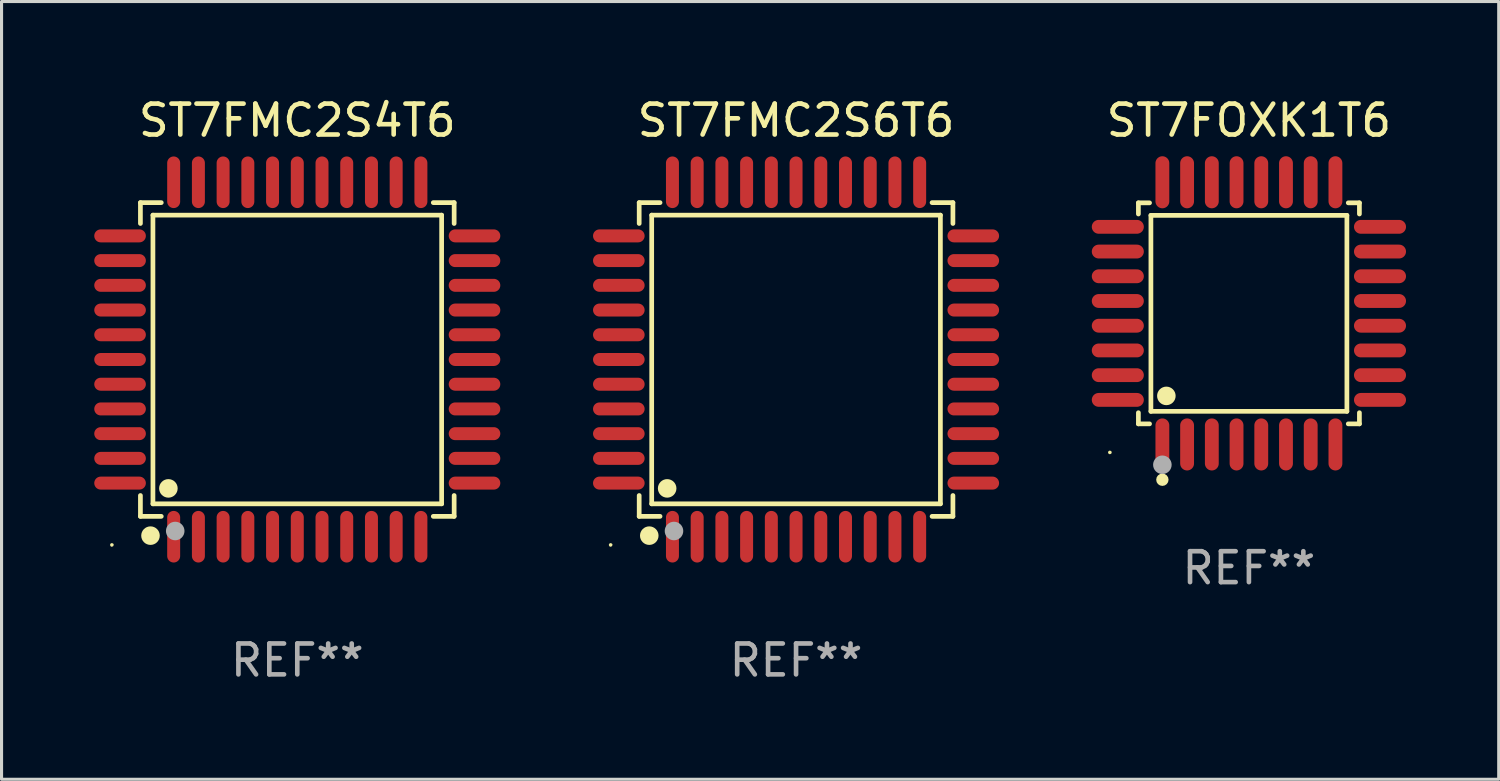
<source format=kicad_pcb>
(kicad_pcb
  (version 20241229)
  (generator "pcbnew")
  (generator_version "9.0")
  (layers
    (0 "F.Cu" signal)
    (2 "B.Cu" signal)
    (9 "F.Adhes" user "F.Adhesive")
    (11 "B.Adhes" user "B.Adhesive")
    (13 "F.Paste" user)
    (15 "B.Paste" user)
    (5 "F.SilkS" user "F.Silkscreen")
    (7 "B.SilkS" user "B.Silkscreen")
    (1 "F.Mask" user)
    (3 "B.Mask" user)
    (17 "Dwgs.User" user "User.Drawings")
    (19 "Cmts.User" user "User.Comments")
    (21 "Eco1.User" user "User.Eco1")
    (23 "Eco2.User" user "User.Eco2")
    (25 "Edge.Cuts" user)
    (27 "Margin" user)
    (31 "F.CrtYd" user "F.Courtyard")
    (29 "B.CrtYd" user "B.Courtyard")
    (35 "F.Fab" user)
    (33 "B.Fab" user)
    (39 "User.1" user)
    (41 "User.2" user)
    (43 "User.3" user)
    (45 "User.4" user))
  (footprint "ST7FMC2S4T6"
    (layer "F.Cu")
    (at 6.57 8.583)
    (property "Reference" "ST7FMC2S4T6" (at 0 -7.735 0) (layer "F.SilkS") (effects (font (size 1 1) (thickness 0.15))))
    (attr through_hole)
    (fp_line (start -5.076 -5.076) (end -4.401 -5.076) (stroke (width 0.152) (type solid)) (layer "F.SilkS"))
    (fp_line (start -5.076 -4.401) (end -5.076 -5.076) (stroke (width 0.152) (type solid)) (layer "F.SilkS"))
    (fp_line (start -5.076 4.401) (end -5.076 5.076) (stroke (width 0.152) (type solid)) (layer "F.SilkS"))
    (fp_line (start -5.076 5.076) (end -4.401 5.076) (stroke (width 0.152) (type solid)) (layer "F.SilkS"))
    (fp_line (start -4.671 -4.671) (end 4.671 -4.671) (stroke (width 0.152) (type solid)) (layer "F.SilkS"))
    (fp_line (start -4.671 4.671) (end -4.671 -4.671) (stroke (width 0.152) (type solid)) (layer "F.SilkS"))
    (fp_line (start 4.671 -4.671) (end 4.671 4.671) (stroke (width 0.152) (type solid)) (layer "F.SilkS"))
    (fp_line (start 4.671 4.671) (end -4.671 4.671) (stroke (width 0.152) (type solid)) (layer "F.SilkS"))
    (fp_line (start 5.076 -5.076) (end 4.401 -5.076) (stroke (width 0.152) (type solid)) (layer "F.SilkS"))
    (fp_line (start 5.076 -4.401) (end 5.076 -5.076) (stroke (width 0.152) (type solid)) (layer "F.SilkS"))
    (fp_line (start 5.076 4.401) (end 5.076 5.076) (stroke (width 0.152) (type solid)) (layer "F.SilkS"))
    (fp_line (start 5.076 5.076) (end 4.401 5.076) (stroke (width 0.152) (type solid)) (layer "F.SilkS"))
    (fp_circle (center -6 6) (end -5.97 6) (stroke (width 0.06) (type solid)) (fill no) (layer "F.SilkS"))
    (fp_circle (center -4.75 5.7) (end -4.6 5.7) (stroke (width 0.3) (type solid)) (fill no) (layer "F.SilkS"))
    (fp_circle (center -4.171 4.171) (end -4.021 4.171) (stroke (width 0.3) (type solid)) (fill no) (layer "F.SilkS"))
    (fp_circle (center -3.95 5.55) (end -3.8 5.55) (stroke (width 0.3) (type solid)) (fill no) (layer "F.Fab"))
    (fp_text user "REF**" (at 0 9.735 0) (layer "F.Fab") (effects (font (size 1 1) (thickness 0.15))))
    (pad "1" smd oval (at -4 5.735) (size 0.42 1.67) (layers "F.Cu" "F.Mask" "F.Paste"))
    (pad "2" smd oval (at -3.2 5.735) (size 0.42 1.67) (layers "F.Cu" "F.Mask" "F.Paste"))
    (pad "3" smd oval (at -2.4 5.735) (size 0.42 1.67) (layers "F.Cu" "F.Mask" "F.Paste"))
    (pad "4" smd oval (at -1.6 5.735) (size 0.42 1.67) (layers "F.Cu" "F.Mask" "F.Paste"))
    (pad "5" smd oval (at -0.8 5.735) (size 0.42 1.67) (layers "F.Cu" "F.Mask" "F.Paste"))
    (pad "6" smd oval (at 0 5.735) (size 0.42 1.67) (layers "F.Cu" "F.Mask" "F.Paste"))
    (pad "7" smd oval (at 0.8 5.735) (size 0.42 1.67) (layers "F.Cu" "F.Mask" "F.Paste"))
    (pad "8" smd oval (at 1.6 5.735) (size 0.42 1.67) (layers "F.Cu" "F.Mask" "F.Paste"))
    (pad "9" smd oval (at 2.4 5.735) (size 0.42 1.67) (layers "F.Cu" "F.Mask" "F.Paste"))
    (pad "10" smd oval (at 3.2 5.735) (size 0.42 1.67) (layers "F.Cu" "F.Mask" "F.Paste"))
    (pad "11" smd oval (at 4 5.735) (size 0.42 1.67) (layers "F.Cu" "F.Mask" "F.Paste"))
    (pad "12" smd oval (at 5.735 4) (size 1.67 0.42) (layers "F.Cu" "F.Mask" "F.Paste"))
    (pad "13" smd oval (at 5.735 3.2) (size 1.67 0.42) (layers "F.Cu" "F.Mask" "F.Paste"))
    (pad "14" smd oval (at 5.735 2.4) (size 1.67 0.42) (layers "F.Cu" "F.Mask" "F.Paste"))
    (pad "15" smd oval (at 5.735 1.6) (size 1.67 0.42) (layers "F.Cu" "F.Mask" "F.Paste"))
    (pad "16" smd oval (at 5.735 0.8) (size 1.67 0.42) (layers "F.Cu" "F.Mask" "F.Paste"))
    (pad "17" smd oval (at 5.735 0) (size 1.67 0.42) (layers "F.Cu" "F.Mask" "F.Paste"))
    (pad "18" smd oval (at 5.735 -0.8) (size 1.67 0.42) (layers "F.Cu" "F.Mask" "F.Paste"))
    (pad "19" smd oval (at 5.735 -1.6) (size 1.67 0.42) (layers "F.Cu" "F.Mask" "F.Paste"))
    (pad "20" smd oval (at 5.735 -2.4) (size 1.67 0.42) (layers "F.Cu" "F.Mask" "F.Paste"))
    (pad "21" smd oval (at 5.735 -3.2) (size 1.67 0.42) (layers "F.Cu" "F.Mask" "F.Paste"))
    (pad "22" smd oval (at 5.735 -4) (size 1.67 0.42) (layers "F.Cu" "F.Mask" "F.Paste"))
    (pad "23" smd oval (at 4 -5.735) (size 0.42 1.67) (layers "F.Cu" "F.Mask" "F.Paste"))
    (pad "24" smd oval (at 3.2 -5.735) (size 0.42 1.67) (layers "F.Cu" "F.Mask" "F.Paste"))
    (pad "25" smd oval (at 2.4 -5.735) (size 0.42 1.67) (layers "F.Cu" "F.Mask" "F.Paste"))
    (pad "26" smd oval (at 1.6 -5.735) (size 0.42 1.67) (layers "F.Cu" "F.Mask" "F.Paste"))
    (pad "27" smd oval (at 0.8 -5.735) (size 0.42 1.67) (layers "F.Cu" "F.Mask" "F.Paste"))
    (pad "28" smd oval (at 0 -5.735) (size 0.42 1.67) (layers "F.Cu" "F.Mask" "F.Paste"))
    (pad "29" smd oval (at -0.8 -5.735) (size 0.42 1.67) (layers "F.Cu" "F.Mask" "F.Paste"))
    (pad "30" smd oval (at -1.6 -5.735) (size 0.42 1.67) (layers "F.Cu" "F.Mask" "F.Paste"))
    (pad "31" smd oval (at -2.4 -5.735) (size 0.42 1.67) (layers "F.Cu" "F.Mask" "F.Paste"))
    (pad "32" smd oval (at -3.2 -5.735) (size 0.42 1.67) (layers "F.Cu" "F.Mask" "F.Paste"))
    (pad "33" smd oval (at -4 -5.735) (size 0.42 1.67) (layers "F.Cu" "F.Mask" "F.Paste"))
    (pad "34" smd oval (at -5.735 -4) (size 1.67 0.42) (layers "F.Cu" "F.Mask" "F.Paste"))
    (pad "35" smd oval (at -5.735 -3.2) (size 1.67 0.42) (layers "F.Cu" "F.Mask" "F.Paste"))
    (pad "36" smd oval (at -5.735 -2.4) (size 1.67 0.42) (layers "F.Cu" "F.Mask" "F.Paste"))
    (pad "37" smd oval (at -5.735 -1.6) (size 1.67 0.42) (layers "F.Cu" "F.Mask" "F.Paste"))
    (pad "38" smd oval (at -5.735 -0.8) (size 1.67 0.42) (layers "F.Cu" "F.Mask" "F.Paste"))
    (pad "39" smd oval (at -5.735 0) (size 1.67 0.42) (layers "F.Cu" "F.Mask" "F.Paste"))
    (pad "40" smd oval (at -5.735 0.8) (size 1.67 0.42) (layers "F.Cu" "F.Mask" "F.Paste"))
    (pad "41" smd oval (at -5.735 1.6) (size 1.67 0.42) (layers "F.Cu" "F.Mask" "F.Paste"))
    (pad "42" smd oval (at -5.735 2.4) (size 1.67 0.42) (layers "F.Cu" "F.Mask" "F.Paste"))
    (pad "43" smd oval (at -5.735 3.2) (size 1.67 0.42) (layers "F.Cu" "F.Mask" "F.Paste"))
    (pad "44" smd oval (at -5.735 4) (size 1.67 0.42) (layers "F.Cu" "F.Mask" "F.Paste")))
  (footprint "ST7FOXK1T6"
    (layer "F.Cu")
    (at 37.364 7.09)
    (property "Reference" "ST7FOXK1T6" (at 0 -6.242 0) (layer "F.SilkS") (effects (font (size 1 1) (thickness 0.15))))
    (attr through_hole)
    (fp_line (start -3.576 -3.576) (end -3.215 -3.576) (stroke (width 0.152) (type solid)) (layer "F.SilkS"))
    (fp_line (start -3.576 -3.215) (end -3.576 -3.576) (stroke (width 0.152) (type solid)) (layer "F.SilkS"))
    (fp_line (start -3.576 3.215) (end -3.576 3.576) (stroke (width 0.152) (type solid)) (layer "F.SilkS"))
    (fp_line (start -3.576 3.576) (end -3.215 3.576) (stroke (width 0.152) (type solid)) (layer "F.SilkS"))
    (fp_line (start -3.171 -3.171) (end 3.171 -3.171) (stroke (width 0.152) (type solid)) (layer "F.SilkS"))
    (fp_line (start -3.171 3.171) (end -3.171 -3.171) (stroke (width 0.152) (type solid)) (layer "F.SilkS"))
    (fp_line (start 3.171 -3.171) (end 3.171 3.171) (stroke (width 0.152) (type solid)) (layer "F.SilkS"))
    (fp_line (start 3.171 3.171) (end -3.171 3.171) (stroke (width 0.152) (type solid)) (layer "F.SilkS"))
    (fp_line (start 3.576 -3.576) (end 3.215 -3.576) (stroke (width 0.152) (type solid)) (layer "F.SilkS"))
    (fp_line (start 3.576 -3.215) (end 3.576 -3.576) (stroke (width 0.152) (type solid)) (layer "F.SilkS"))
    (fp_line (start 3.576 3.215) (end 3.576 3.576) (stroke (width 0.152) (type solid)) (layer "F.SilkS"))
    (fp_line (start 3.576 3.576) (end 3.215 3.576) (stroke (width 0.152) (type solid)) (layer "F.SilkS"))
    (fp_circle (center -4.5 4.5) (end -4.47 4.5) (stroke (width 0.06) (type solid)) (fill no) (layer "F.SilkS"))
    (fp_circle (center -2.8 5.384) (end -2.7 5.384) (stroke (width 0.2) (type solid)) (fill no) (layer "F.SilkS"))
    (fp_circle (center -2.671 2.671) (end -2.521 2.671) (stroke (width 0.3) (type solid)) (fill no) (layer "F.SilkS"))
    (fp_circle (center -2.8 4.9) (end -2.65 4.9) (stroke (width 0.3) (type solid)) (fill no) (layer "F.Fab"))
    (fp_text user "REF**" (at 0 8.242 0) (layer "F.Fab") (effects (font (size 1 1) (thickness 0.15))))
    (pad "1" smd oval (at -2.8 4.242) (size 0.448 1.684) (layers "F.Cu" "F.Mask" "F.Paste"))
    (pad "2" smd oval (at -2 4.242) (size 0.448 1.684) (layers "F.Cu" "F.Mask" "F.Paste"))
    (pad "3" smd oval (at -1.2 4.242) (size 0.448 1.684) (layers "F.Cu" "F.Mask" "F.Paste"))
    (pad "4" smd oval (at -0.4 4.242) (size 0.448 1.684) (layers "F.Cu" "F.Mask" "F.Paste"))
    (pad "5" smd oval (at 0.4 4.242) (size 0.448 1.684) (layers "F.Cu" "F.Mask" "F.Paste"))
    (pad "6" smd oval (at 1.2 4.242) (size 0.448 1.684) (layers "F.Cu" "F.Mask" "F.Paste"))
    (pad "7" smd oval (at 2 4.242) (size 0.448 1.684) (layers "F.Cu" "F.Mask" "F.Paste"))
    (pad "8" smd oval (at 2.8 4.242) (size 0.448 1.684) (layers "F.Cu" "F.Mask" "F.Paste"))
    (pad "9" smd oval (at 4.242 2.8) (size 1.684 0.448) (layers "F.Cu" "F.Mask" "F.Paste"))
    (pad "10" smd oval (at 4.242 2) (size 1.684 0.448) (layers "F.Cu" "F.Mask" "F.Paste"))
    (pad "11" smd oval (at 4.242 1.2) (size 1.684 0.448) (layers "F.Cu" "F.Mask" "F.Paste"))
    (pad "12" smd oval (at 4.242 0.4) (size 1.684 0.448) (layers "F.Cu" "F.Mask" "F.Paste"))
    (pad "13" smd oval (at 4.242 -0.4) (size 1.684 0.448) (layers "F.Cu" "F.Mask" "F.Paste"))
    (pad "14" smd oval (at 4.242 -1.2) (size 1.684 0.448) (layers "F.Cu" "F.Mask" "F.Paste"))
    (pad "15" smd oval (at 4.242 -2) (size 1.684 0.448) (layers "F.Cu" "F.Mask" "F.Paste"))
    (pad "16" smd oval (at 4.242 -2.8) (size 1.684 0.448) (layers "F.Cu" "F.Mask" "F.Paste"))
    (pad "17" smd oval (at 2.8 -4.242) (size 0.448 1.684) (layers "F.Cu" "F.Mask" "F.Paste"))
    (pad "18" smd oval (at 2 -4.242) (size 0.448 1.684) (layers "F.Cu" "F.Mask" "F.Paste"))
    (pad "19" smd oval (at 1.2 -4.242) (size 0.448 1.684) (layers "F.Cu" "F.Mask" "F.Paste"))
    (pad "20" smd oval (at 0.4 -4.242) (size 0.448 1.684) (layers "F.Cu" "F.Mask" "F.Paste"))
    (pad "21" smd oval (at -0.4 -4.242) (size 0.448 1.684) (layers "F.Cu" "F.Mask" "F.Paste"))
    (pad "22" smd oval (at -1.2 -4.242) (size 0.448 1.684) (layers "F.Cu" "F.Mask" "F.Paste"))
    (pad "23" smd oval (at -2 -4.242) (size 0.448 1.684) (layers "F.Cu" "F.Mask" "F.Paste"))
    (pad "24" smd oval (at -2.8 -4.242) (size 0.448 1.684) (layers "F.Cu" "F.Mask" "F.Paste"))
    (pad "25" smd oval (at -4.242 -2.8) (size 1.684 0.448) (layers "F.Cu" "F.Mask" "F.Paste"))
    (pad "26" smd oval (at -4.242 -2) (size 1.684 0.448) (layers "F.Cu" "F.Mask" "F.Paste"))
    (pad "27" smd oval (at -4.242 -1.2) (size 1.684 0.448) (layers "F.Cu" "F.Mask" "F.Paste"))
    (pad "28" smd oval (at -4.242 -0.4) (size 1.684 0.448) (layers "F.Cu" "F.Mask" "F.Paste"))
    (pad "29" smd oval (at -4.242 0.4) (size 1.684 0.448) (layers "F.Cu" "F.Mask" "F.Paste"))
    (pad "30" smd oval (at -4.242 1.2) (size 1.684 0.448) (layers "F.Cu" "F.Mask" "F.Paste"))
    (pad "31" smd oval (at -4.242 2) (size 1.684 0.448) (layers "F.Cu" "F.Mask" "F.Paste"))
    (pad "32" smd oval (at -4.242 2.8) (size 1.684 0.448) (layers "F.Cu" "F.Mask" "F.Paste")))
  (footprint "ST7FMC2S6T6"
    (layer "F.Cu")
    (at 22.71 8.583)
    (property "Reference" "ST7FMC2S6T6" (at 0 -7.735 0) (layer "F.SilkS") (effects (font (size 1 1) (thickness 0.15))))
    (attr through_hole)
    (fp_line (start -5.076 -5.076) (end -4.401 -5.076) (stroke (width 0.152) (type solid)) (layer "F.SilkS"))
    (fp_line (start -5.076 -4.401) (end -5.076 -5.076) (stroke (width 0.152) (type solid)) (layer "F.SilkS"))
    (fp_line (start -5.076 4.401) (end -5.076 5.076) (stroke (width 0.152) (type solid)) (layer "F.SilkS"))
    (fp_line (start -5.076 5.076) (end -4.401 5.076) (stroke (width 0.152) (type solid)) (layer "F.SilkS"))
    (fp_line (start -4.671 -4.671) (end 4.671 -4.671) (stroke (width 0.152) (type solid)) (layer "F.SilkS"))
    (fp_line (start -4.671 4.671) (end -4.671 -4.671) (stroke (width 0.152) (type solid)) (layer "F.SilkS"))
    (fp_line (start 4.671 -4.671) (end 4.671 4.671) (stroke (width 0.152) (type solid)) (layer "F.SilkS"))
    (fp_line (start 4.671 4.671) (end -4.671 4.671) (stroke (width 0.152) (type solid)) (layer "F.SilkS"))
    (fp_line (start 5.076 -5.076) (end 4.401 -5.076) (stroke (width 0.152) (type solid)) (layer "F.SilkS"))
    (fp_line (start 5.076 -4.401) (end 5.076 -5.076) (stroke (width 0.152) (type solid)) (layer "F.SilkS"))
    (fp_line (start 5.076 4.401) (end 5.076 5.076) (stroke (width 0.152) (type solid)) (layer "F.SilkS"))
    (fp_line (start 5.076 5.076) (end 4.401 5.076) (stroke (width 0.152) (type solid)) (layer "F.SilkS"))
    (fp_circle (center -6 6) (end -5.97 6) (stroke (width 0.06) (type solid)) (fill no) (layer "F.SilkS"))
    (fp_circle (center -4.75 5.7) (end -4.6 5.7) (stroke (width 0.3) (type solid)) (fill no) (layer "F.SilkS"))
    (fp_circle (center -4.171 4.171) (end -4.021 4.171) (stroke (width 0.3) (type solid)) (fill no) (layer "F.SilkS"))
    (fp_circle (center -3.95 5.55) (end -3.8 5.55) (stroke (width 0.3) (type solid)) (fill no) (layer "F.Fab"))
    (fp_text user "REF**" (at 0 9.735 0) (layer "F.Fab") (effects (font (size 1 1) (thickness 0.15))))
    (pad "1" smd oval (at -4 5.735) (size 0.42 1.67) (layers "F.Cu" "F.Mask" "F.Paste"))
    (pad "2" smd oval (at -3.2 5.735) (size 0.42 1.67) (layers "F.Cu" "F.Mask" "F.Paste"))
    (pad "3" smd oval (at -2.4 5.735) (size 0.42 1.67) (layers "F.Cu" "F.Mask" "F.Paste"))
    (pad "4" smd oval (at -1.6 5.735) (size 0.42 1.67) (layers "F.Cu" "F.Mask" "F.Paste"))
    (pad "5" smd oval (at -0.8 5.735) (size 0.42 1.67) (layers "F.Cu" "F.Mask" "F.Paste"))
    (pad "6" smd oval (at 0 5.735) (size 0.42 1.67) (layers "F.Cu" "F.Mask" "F.Paste"))
    (pad "7" smd oval (at 0.8 5.735) (size 0.42 1.67) (layers "F.Cu" "F.Mask" "F.Paste"))
    (pad "8" smd oval (at 1.6 5.735) (size 0.42 1.67) (layers "F.Cu" "F.Mask" "F.Paste"))
    (pad "9" smd oval (at 2.4 5.735) (size 0.42 1.67) (layers "F.Cu" "F.Mask" "F.Paste"))
    (pad "10" smd oval (at 3.2 5.735) (size 0.42 1.67) (layers "F.Cu" "F.Mask" "F.Paste"))
    (pad "11" smd oval (at 4 5.735) (size 0.42 1.67) (layers "F.Cu" "F.Mask" "F.Paste"))
    (pad "12" smd oval (at 5.735 4) (size 1.67 0.42) (layers "F.Cu" "F.Mask" "F.Paste"))
    (pad "13" smd oval (at 5.735 3.2) (size 1.67 0.42) (layers "F.Cu" "F.Mask" "F.Paste"))
    (pad "14" smd oval (at 5.735 2.4) (size 1.67 0.42) (layers "F.Cu" "F.Mask" "F.Paste"))
    (pad "15" smd oval (at 5.735 1.6) (size 1.67 0.42) (layers "F.Cu" "F.Mask" "F.Paste"))
    (pad "16" smd oval (at 5.735 0.8) (size 1.67 0.42) (layers "F.Cu" "F.Mask" "F.Paste"))
    (pad "17" smd oval (at 5.735 0) (size 1.67 0.42) (layers "F.Cu" "F.Mask" "F.Paste"))
    (pad "18" smd oval (at 5.735 -0.8) (size 1.67 0.42) (layers "F.Cu" "F.Mask" "F.Paste"))
    (pad "19" smd oval (at 5.735 -1.6) (size 1.67 0.42) (layers "F.Cu" "F.Mask" "F.Paste"))
    (pad "20" smd oval (at 5.735 -2.4) (size 1.67 0.42) (layers "F.Cu" "F.Mask" "F.Paste"))
    (pad "21" smd oval (at 5.735 -3.2) (size 1.67 0.42) (layers "F.Cu" "F.Mask" "F.Paste"))
    (pad "22" smd oval (at 5.735 -4) (size 1.67 0.42) (layers "F.Cu" "F.Mask" "F.Paste"))
    (pad "23" smd oval (at 4 -5.735) (size 0.42 1.67) (layers "F.Cu" "F.Mask" "F.Paste"))
    (pad "24" smd oval (at 3.2 -5.735) (size 0.42 1.67) (layers "F.Cu" "F.Mask" "F.Paste"))
    (pad "25" smd oval (at 2.4 -5.735) (size 0.42 1.67) (layers "F.Cu" "F.Mask" "F.Paste"))
    (pad "26" smd oval (at 1.6 -5.735) (size 0.42 1.67) (layers "F.Cu" "F.Mask" "F.Paste"))
    (pad "27" smd oval (at 0.8 -5.735) (size 0.42 1.67) (layers "F.Cu" "F.Mask" "F.Paste"))
    (pad "28" smd oval (at 0 -5.735) (size 0.42 1.67) (layers "F.Cu" "F.Mask" "F.Paste"))
    (pad "29" smd oval (at -0.8 -5.735) (size 0.42 1.67) (layers "F.Cu" "F.Mask" "F.Paste"))
    (pad "30" smd oval (at -1.6 -5.735) (size 0.42 1.67) (layers "F.Cu" "F.Mask" "F.Paste"))
    (pad "31" smd oval (at -2.4 -5.735) (size 0.42 1.67) (layers "F.Cu" "F.Mask" "F.Paste"))
    (pad "32" smd oval (at -3.2 -5.735) (size 0.42 1.67) (layers "F.Cu" "F.Mask" "F.Paste"))
    (pad "33" smd oval (at -4 -5.735) (size 0.42 1.67) (layers "F.Cu" "F.Mask" "F.Paste"))
    (pad "34" smd oval (at -5.735 -4) (size 1.67 0.42) (layers "F.Cu" "F.Mask" "F.Paste"))
    (pad "35" smd oval (at -5.735 -3.2) (size 1.67 0.42) (layers "F.Cu" "F.Mask" "F.Paste"))
    (pad "36" smd oval (at -5.735 -2.4) (size 1.67 0.42) (layers "F.Cu" "F.Mask" "F.Paste"))
    (pad "37" smd oval (at -5.735 -1.6) (size 1.67 0.42) (layers "F.Cu" "F.Mask" "F.Paste"))
    (pad "38" smd oval (at -5.735 -0.8) (size 1.67 0.42) (layers "F.Cu" "F.Mask" "F.Paste"))
    (pad "39" smd oval (at -5.735 0) (size 1.67 0.42) (layers "F.Cu" "F.Mask" "F.Paste"))
    (pad "40" smd oval (at -5.735 0.8) (size 1.67 0.42) (layers "F.Cu" "F.Mask" "F.Paste"))
    (pad "41" smd oval (at -5.735 1.6) (size 1.67 0.42) (layers "F.Cu" "F.Mask" "F.Paste"))
    (pad "42" smd oval (at -5.735 2.4) (size 1.67 0.42) (layers "F.Cu" "F.Mask" "F.Paste"))
    (pad "43" smd oval (at -5.735 3.2) (size 1.67 0.42) (layers "F.Cu" "F.Mask" "F.Paste"))
    (pad "44" smd oval (at -5.735 4) (size 1.67 0.42) (layers "F.Cu" "F.Mask" "F.Paste")))
  (gr_rect
    (start -3 -3)
    (end 45.448 22.167)
    (stroke (width 0.1) (type default))
    (fill no)
    (layer "Edge.Cuts")))
</source>
